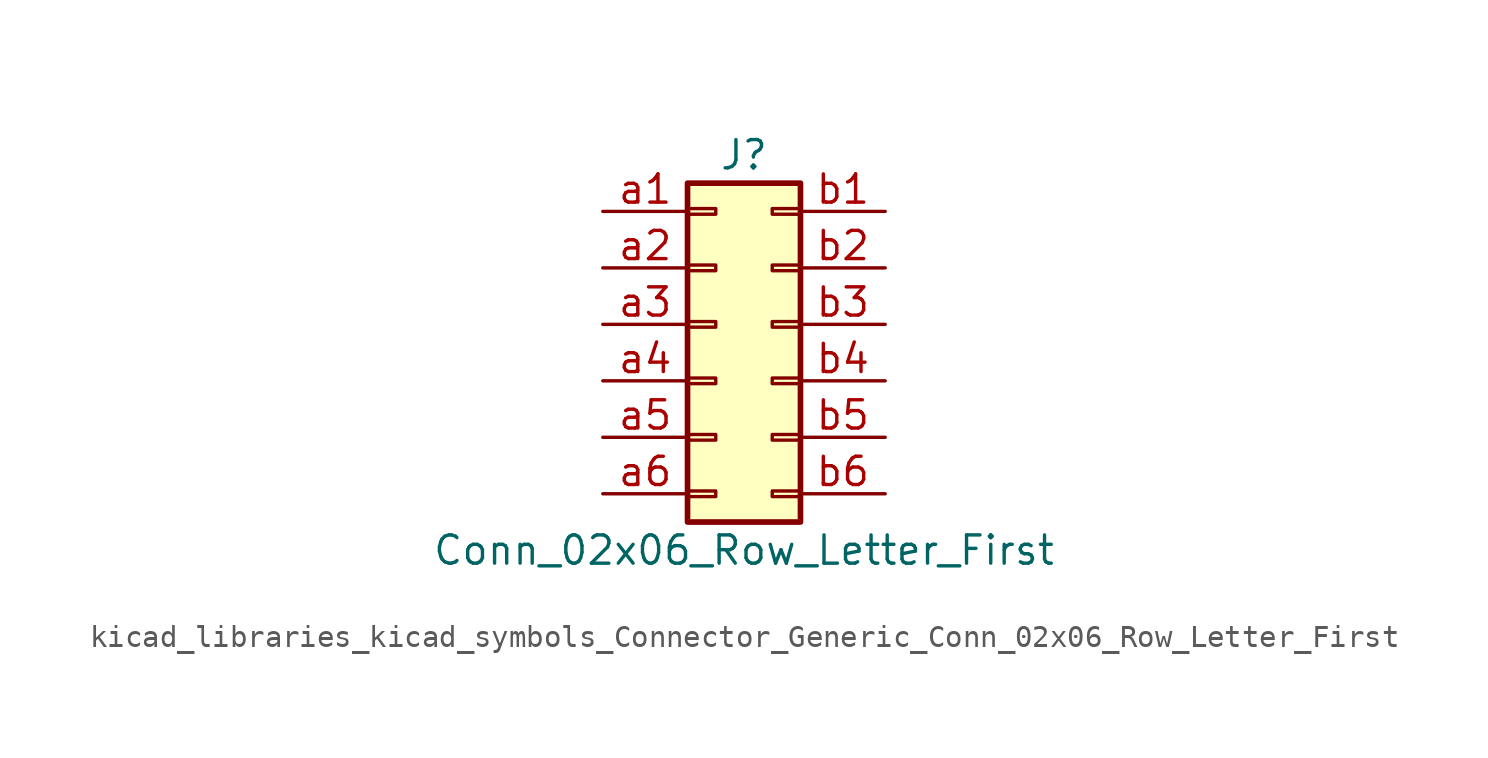
<source format=kicad_sym>
(kicad_symbol_lib
  (version 20220914)
  (generator kicad_symbol_editor)
  (symbol "kicad_libraries_kicad_symbols_Connector_Generic_Conn_02x06_Row_Letter_First"
    (pin_names
      (offset 1.016) hide)
    (property "Reference" "J"
      (at 1.27 7.62 0)
      (effects (font (size 1.27 1.27))))
    (property "Value" "Conn_02x06_Row_Letter_First"
      (at 1.27 -10.16 0)
      (effects (font (size 1.27 1.27))))
    (symbol "kicad_libraries_kicad_symbols_Connector_Generic_Conn_02x06_Row_Letter_First_1_1"
      (rectangle (start -1.27 -7.493) (end 0 -7.747) (stroke (width 0.152) (type default)) (fill (type none)))
      (rectangle (start -1.27 -4.953) (end 0 -5.207) (stroke (width 0.152) (type default)) (fill (type none)))
      (rectangle (start -1.27 -2.413) (end 0 -2.667) (stroke (width 0.152) (type default)) (fill (type none)))
      (rectangle (start -1.27 0.127) (end 0 -0.127) (stroke (width 0.152) (type default)) (fill (type none)))
      (rectangle (start -1.27 2.667) (end 0 2.413) (stroke (width 0.152) (type default)) (fill (type none)))
      (rectangle (start -1.27 5.207) (end 0 4.953) (stroke (width 0.152) (type default)) (fill (type none)))
      (rectangle (start -1.27 6.35) (end 3.81 -8.89) (stroke (width 0.254) (type default)) (fill (type background)))
      (rectangle (start 3.81 -7.493) (end 2.54 -7.747) (stroke (width 0.152) (type default)) (fill (type none)))
      (rectangle (start 3.81 -4.953) (end 2.54 -5.207) (stroke (width 0.152) (type default)) (fill (type none)))
      (rectangle (start 3.81 -2.413) (end 2.54 -2.667) (stroke (width 0.152) (type default)) (fill (type none)))
      (rectangle (start 3.81 0.127) (end 2.54 -0.127) (stroke (width 0.152) (type default)) (fill (type none)))
      (rectangle (start 3.81 2.667) (end 2.54 2.413) (stroke (width 0.152) (type default)) (fill (type none)))
      (rectangle (start 3.81 5.207) (end 2.54 4.953) (stroke (width 0.152) (type default)) (fill (type none)))
      (pin passive line (at -5.08 5.08 0) (length 3.81) (name "Pin_a1" (effects (font (size 1.27 1.27)))) (number "a1" (effects (font (size 1.27 1.27)))))
      (pin passive line (at -5.08 2.54 0) (length 3.81) (name "Pin_a2" (effects (font (size 1.27 1.27)))) (number "a2" (effects (font (size 1.27 1.27)))))
      (pin passive line (at -5.08 0 0) (length 3.81) (name "Pin_a3" (effects (font (size 1.27 1.27)))) (number "a3" (effects (font (size 1.27 1.27)))))
      (pin passive line (at -5.08 -2.54 0) (length 3.81) (name "Pin_a4" (effects (font (size 1.27 1.27)))) (number "a4" (effects (font (size 1.27 1.27)))))
      (pin passive line (at -5.08 -5.08 0) (length 3.81) (name "Pin_a5" (effects (font (size 1.27 1.27)))) (number "a5" (effects (font (size 1.27 1.27)))))
      (pin passive line (at -5.08 -7.62 0) (length 3.81) (name "Pin_a6" (effects (font (size 1.27 1.27)))) (number "a6" (effects (font (size 1.27 1.27)))))
      (pin passive line (at 7.62 5.08 180) (length 3.81) (name "Pin_b1" (effects (font (size 1.27 1.27)))) (number "b1" (effects (font (size 1.27 1.27)))))
      (pin passive line (at 7.62 2.54 180) (length 3.81) (name "Pin_b2" (effects (font (size 1.27 1.27)))) (number "b2" (effects (font (size 1.27 1.27)))))
      (pin passive line (at 7.62 0 180) (length 3.81) (name "Pin_b3" (effects (font (size 1.27 1.27)))) (number "b3" (effects (font (size 1.27 1.27)))))
      (pin passive line (at 7.62 -2.54 180) (length 3.81) (name "Pin_b4" (effects (font (size 1.27 1.27)))) (number "b4" (effects (font (size 1.27 1.27)))))
      (pin passive line (at 7.62 -5.08 180) (length 3.81) (name "Pin_b5" (effects (font (size 1.27 1.27)))) (number "b5" (effects (font (size 1.27 1.27)))))
      (pin passive line (at 7.62 -7.62 180) (length 3.81) (name "Pin_b6" (effects (font (size 1.27 1.27)))) (number "b6" (effects (font (size 1.27 1.27))))))))
</source>
